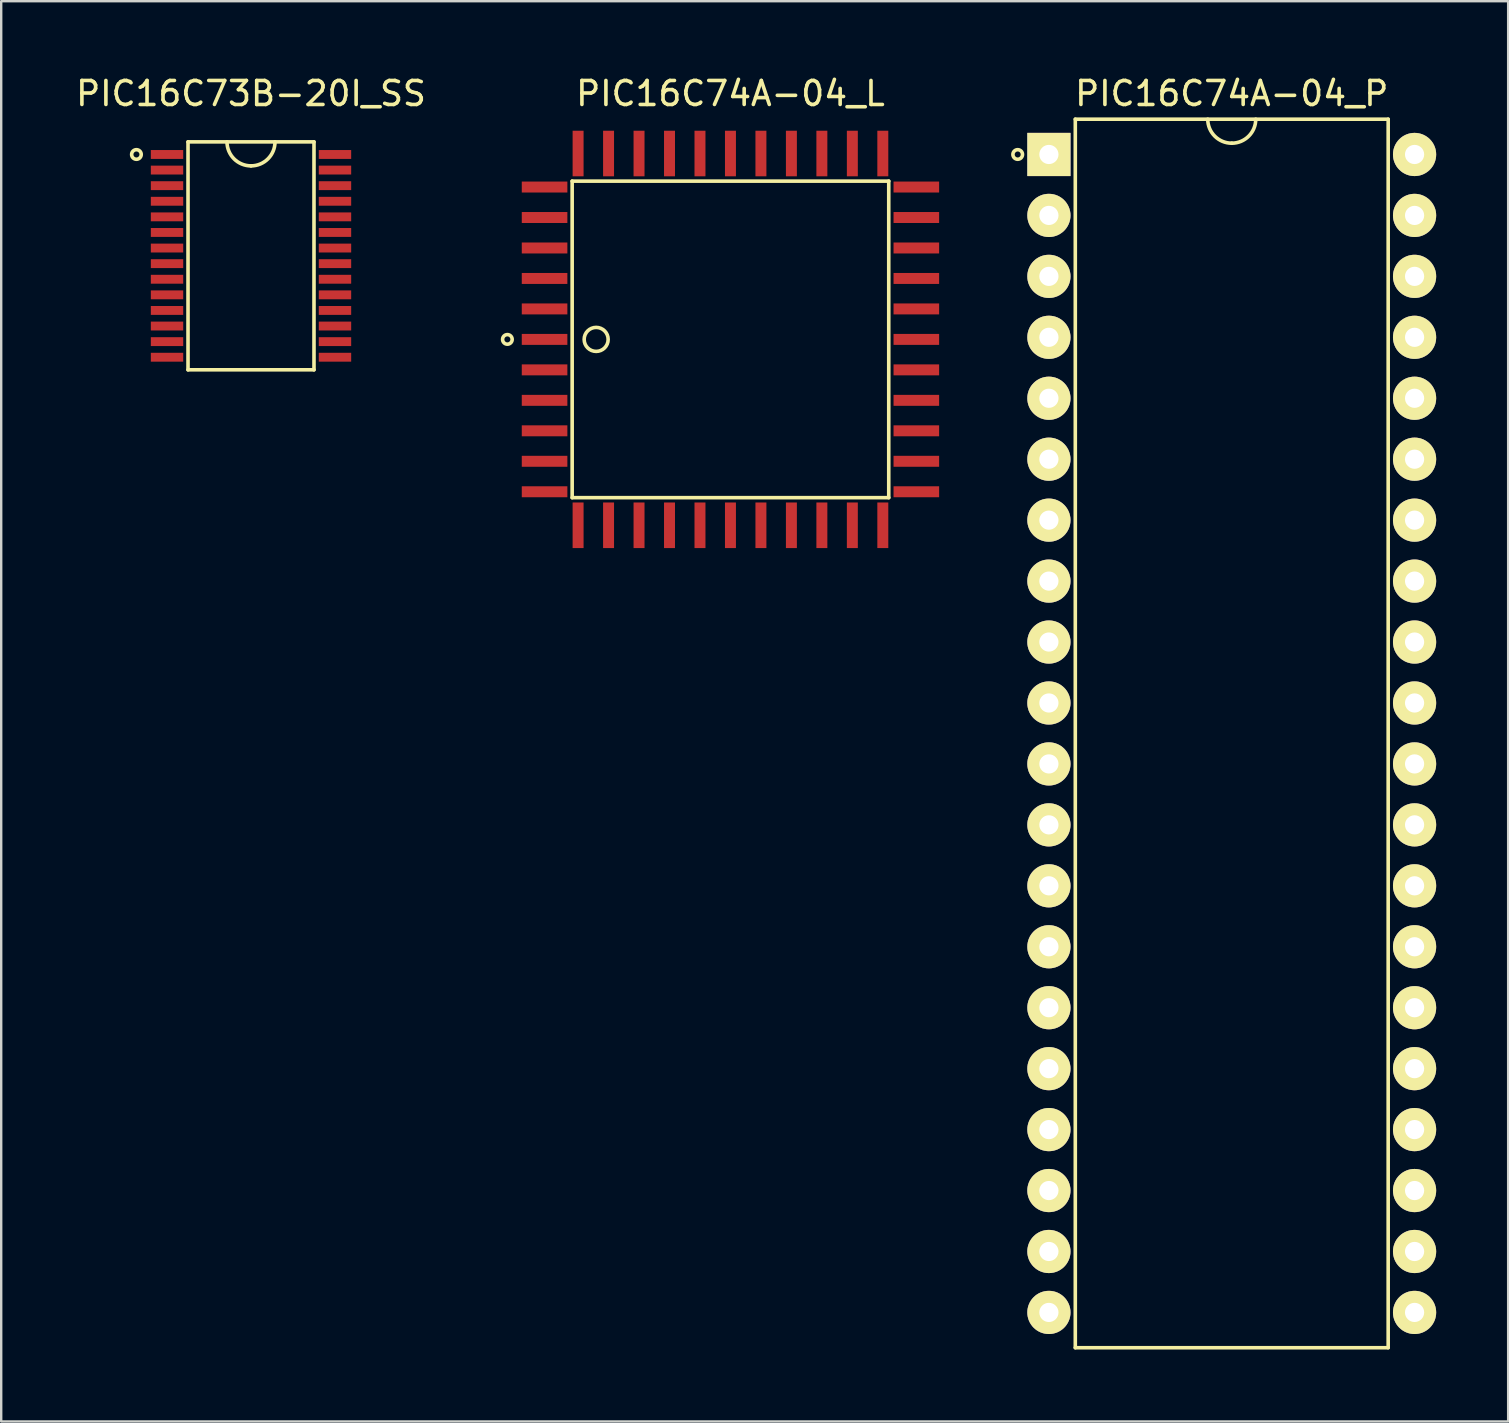
<source format=kicad_pcb>
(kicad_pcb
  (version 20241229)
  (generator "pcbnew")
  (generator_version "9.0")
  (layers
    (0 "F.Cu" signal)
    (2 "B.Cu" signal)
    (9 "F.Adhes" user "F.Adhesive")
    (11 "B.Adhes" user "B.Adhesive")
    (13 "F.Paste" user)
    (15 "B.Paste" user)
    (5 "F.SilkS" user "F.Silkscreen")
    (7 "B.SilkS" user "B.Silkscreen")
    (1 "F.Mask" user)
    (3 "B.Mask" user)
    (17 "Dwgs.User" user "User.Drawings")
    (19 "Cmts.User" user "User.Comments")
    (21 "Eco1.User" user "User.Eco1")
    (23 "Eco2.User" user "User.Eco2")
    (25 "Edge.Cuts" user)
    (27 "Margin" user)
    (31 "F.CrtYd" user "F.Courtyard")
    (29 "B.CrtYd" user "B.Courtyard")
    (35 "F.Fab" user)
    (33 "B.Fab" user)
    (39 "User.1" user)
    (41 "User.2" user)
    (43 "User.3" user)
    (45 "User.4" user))
  (footprint "PIC16C73B-20I_SS"
    (layer "F.Cu")
    (at 3.911 3.388)
    (property "Reference" "PIC16C73B-20I_SS" (at 3.5 -2.54 0) (layer "F.SilkS") (effects (font (size 1 1) (thickness 0.15))))
    (attr through_hole)
    (fp_line (start 0.875 -0.525) (end 6.125 -0.525) (stroke (width 0.15) (type solid)) (layer "F.SilkS"))
    (fp_line (start 0.875 8.975) (end 0.875 -0.525) (stroke (width 0.15) (type solid)) (layer "F.SilkS"))
    (fp_line (start 6.125 -0.525) (end 6.125 8.975) (stroke (width 0.15) (type solid)) (layer "F.SilkS"))
    (fp_line (start 6.125 8.975) (end 0.875 8.975) (stroke (width 0.15) (type solid)) (layer "F.SilkS"))
    (fp_arc (start 3.5 0.475) (mid 2.792893 0.182107) (end 2.5 -0.525) (stroke (width 0.15) (type solid)) (layer "F.SilkS"))
    (fp_arc (start 4.5 -0.525) (mid 4.207107 0.182107) (end 3.5 0.475) (stroke (width 0.15) (type solid)) (layer "F.SilkS"))
    (fp_circle (center -1.275 0) (end -1.275 0.2) (stroke (width 0.15) (type solid)) (fill no) (layer "F.SilkS"))
    (pad "1" smd rect (at 0 0) (size 1.35 0.37) (layers "F.Cu" "F.Mask" "F.Paste"))
    (pad "2" smd rect (at 0 0.65) (size 1.35 0.37) (layers "F.Cu" "F.Mask" "F.Paste"))
    (pad "3" smd rect (at 0 1.3) (size 1.35 0.37) (layers "F.Cu" "F.Mask" "F.Paste"))
    (pad "4" smd rect (at 0 1.95) (size 1.35 0.37) (layers "F.Cu" "F.Mask" "F.Paste"))
    (pad "5" smd rect (at 0 2.6) (size 1.35 0.37) (layers "F.Cu" "F.Mask" "F.Paste"))
    (pad "6" smd rect (at 0 3.25) (size 1.35 0.37) (layers "F.Cu" "F.Mask" "F.Paste"))
    (pad "7" smd rect (at 0 3.9) (size 1.35 0.37) (layers "F.Cu" "F.Mask" "F.Paste"))
    (pad "8" smd rect (at 0 4.55) (size 1.35 0.37) (layers "F.Cu" "F.Mask" "F.Paste"))
    (pad "9" smd rect (at 0 5.2) (size 1.35 0.37) (layers "F.Cu" "F.Mask" "F.Paste"))
    (pad "10" smd rect (at 0 5.85) (size 1.35 0.37) (layers "F.Cu" "F.Mask" "F.Paste"))
    (pad "11" smd rect (at 0 6.5) (size 1.35 0.37) (layers "F.Cu" "F.Mask" "F.Paste"))
    (pad "12" smd rect (at 0 7.15) (size 1.35 0.37) (layers "F.Cu" "F.Mask" "F.Paste"))
    (pad "13" smd rect (at 0 7.8) (size 1.35 0.37) (layers "F.Cu" "F.Mask" "F.Paste"))
    (pad "14" smd rect (at 0 8.45) (size 1.35 0.37) (layers "F.Cu" "F.Mask" "F.Paste"))
    (pad "15" smd rect (at 7 8.45) (size 1.35 0.37) (layers "F.Cu" "F.Mask" "F.Paste"))
    (pad "16" smd rect (at 7 7.8) (size 1.35 0.37) (layers "F.Cu" "F.Mask" "F.Paste"))
    (pad "17" smd rect (at 7 7.15) (size 1.35 0.37) (layers "F.Cu" "F.Mask" "F.Paste"))
    (pad "18" smd rect (at 7 6.5) (size 1.35 0.37) (layers "F.Cu" "F.Mask" "F.Paste"))
    (pad "19" smd rect (at 7 5.85) (size 1.35 0.37) (layers "F.Cu" "F.Mask" "F.Paste"))
    (pad "20" smd rect (at 7 5.2) (size 1.35 0.37) (layers "F.Cu" "F.Mask" "F.Paste"))
    (pad "21" smd rect (at 7 4.55) (size 1.35 0.37) (layers "F.Cu" "F.Mask" "F.Paste"))
    (pad "22" smd rect (at 7 3.9) (size 1.35 0.37) (layers "F.Cu" "F.Mask" "F.Paste"))
    (pad "23" smd rect (at 7 3.25) (size 1.35 0.37) (layers "F.Cu" "F.Mask" "F.Paste"))
    (pad "24" smd rect (at 7 2.6) (size 1.35 0.37) (layers "F.Cu" "F.Mask" "F.Paste"))
    (pad "25" smd rect (at 7 1.95) (size 1.35 0.37) (layers "F.Cu" "F.Mask" "F.Paste"))
    (pad "26" smd rect (at 7 1.3) (size 1.35 0.37) (layers "F.Cu" "F.Mask" "F.Paste"))
    (pad "27" smd rect (at 7 0.65) (size 1.35 0.37) (layers "F.Cu" "F.Mask" "F.Paste"))
    (pad "28" smd rect (at 7 0) (size 1.35 0.37) (layers "F.Cu" "F.Mask" "F.Paste")))
  (footprint "PIC16C74A-04_P"
    (layer "F.Cu")
    (at 40.665 3.388)
    (property "Reference" "PIC16C74A-04_P" (at 7.62 -2.54 0) (layer "F.SilkS") (effects (font (size 1 1) (thickness 0.15))))
    (attr through_hole)
    (fp_line (start 1.1 -1.47) (end 14.14 -1.47) (stroke (width 0.15) (type solid)) (layer "F.SilkS"))
    (fp_line (start 1.1 49.73) (end 1.1 -1.47) (stroke (width 0.15) (type solid)) (layer "F.SilkS"))
    (fp_line (start 14.14 -1.47) (end 14.14 49.73) (stroke (width 0.15) (type solid)) (layer "F.SilkS"))
    (fp_line (start 14.14 49.73) (end 1.1 49.73) (stroke (width 0.15) (type solid)) (layer "F.SilkS"))
    (fp_arc (start 7.62 -0.47) (mid 6.912893 -0.762893) (end 6.62 -1.47) (stroke (width 0.15) (type solid)) (layer "F.SilkS"))
    (fp_arc (start 8.62 -1.47) (mid 8.327107 -0.762893) (end 7.62 -0.47) (stroke (width 0.15) (type solid)) (layer "F.SilkS"))
    (fp_circle (center -1.3 0) (end -1.3 0.2) (stroke (width 0.15) (type solid)) (fill no) (layer "F.SilkS"))
    (pad "1" thru_hole rect (at 0 0) (size 1.8 1.8) (drill 0.8) (layers "*.Cu" "*.Mask" "F.SilkS"))
    (pad "2" thru_hole circle (at 0 2.54) (size 1.8 1.8) (drill 0.8) (layers "*.Cu" "*.Mask" "F.SilkS"))
    (pad "3" thru_hole circle (at 0 5.08) (size 1.8 1.8) (drill 0.8) (layers "*.Cu" "*.Mask" "F.SilkS"))
    (pad "4" thru_hole circle (at 0 7.62) (size 1.8 1.8) (drill 0.8) (layers "*.Cu" "*.Mask" "F.SilkS"))
    (pad "5" thru_hole circle (at 0 10.16) (size 1.8 1.8) (drill 0.8) (layers "*.Cu" "*.Mask" "F.SilkS"))
    (pad "6" thru_hole circle (at 0 12.7) (size 1.8 1.8) (drill 0.8) (layers "*.Cu" "*.Mask" "F.SilkS"))
    (pad "7" thru_hole circle (at 0 15.24) (size 1.8 1.8) (drill 0.8) (layers "*.Cu" "*.Mask" "F.SilkS"))
    (pad "8" thru_hole circle (at 0 17.78) (size 1.8 1.8) (drill 0.8) (layers "*.Cu" "*.Mask" "F.SilkS"))
    (pad "9" thru_hole circle (at 0 20.32) (size 1.8 1.8) (drill 0.8) (layers "*.Cu" "*.Mask" "F.SilkS"))
    (pad "10" thru_hole circle (at 0 22.86) (size 1.8 1.8) (drill 0.8) (layers "*.Cu" "*.Mask" "F.SilkS"))
    (pad "11" thru_hole circle (at 0 25.4) (size 1.8 1.8) (drill 0.8) (layers "*.Cu" "*.Mask" "F.SilkS"))
    (pad "12" thru_hole circle (at 0 27.94) (size 1.8 1.8) (drill 0.8) (layers "*.Cu" "*.Mask" "F.SilkS"))
    (pad "13" thru_hole circle (at 0 30.48) (size 1.8 1.8) (drill 0.8) (layers "*.Cu" "*.Mask" "F.SilkS"))
    (pad "14" thru_hole circle (at 0 33.02) (size 1.8 1.8) (drill 0.8) (layers "*.Cu" "*.Mask" "F.SilkS"))
    (pad "15" thru_hole circle (at 0 35.56) (size 1.8 1.8) (drill 0.8) (layers "*.Cu" "*.Mask" "F.SilkS"))
    (pad "16" thru_hole circle (at 0 38.1) (size 1.8 1.8) (drill 0.8) (layers "*.Cu" "*.Mask" "F.SilkS"))
    (pad "17" thru_hole circle (at 0 40.64) (size 1.8 1.8) (drill 0.8) (layers "*.Cu" "*.Mask" "F.SilkS"))
    (pad "18" thru_hole circle (at 0 43.18) (size 1.8 1.8) (drill 0.8) (layers "*.Cu" "*.Mask" "F.SilkS"))
    (pad "19" thru_hole circle (at 0 45.72) (size 1.8 1.8) (drill 0.8) (layers "*.Cu" "*.Mask" "F.SilkS"))
    (pad "20" thru_hole circle (at 0 48.26) (size 1.8 1.8) (drill 0.8) (layers "*.Cu" "*.Mask" "F.SilkS"))
    (pad "21" thru_hole circle (at 15.24 48.26) (size 1.8 1.8) (drill 0.8) (layers "*.Cu" "*.Mask" "F.SilkS"))
    (pad "22" thru_hole circle (at 15.24 45.72) (size 1.8 1.8) (drill 0.8) (layers "*.Cu" "*.Mask" "F.SilkS"))
    (pad "23" thru_hole circle (at 15.24 43.18) (size 1.8 1.8) (drill 0.8) (layers "*.Cu" "*.Mask" "F.SilkS"))
    (pad "24" thru_hole circle (at 15.24 40.64) (size 1.8 1.8) (drill 0.8) (layers "*.Cu" "*.Mask" "F.SilkS"))
    (pad "25" thru_hole circle (at 15.24 38.1) (size 1.8 1.8) (drill 0.8) (layers "*.Cu" "*.Mask" "F.SilkS"))
    (pad "26" thru_hole circle (at 15.24 35.56) (size 1.8 1.8) (drill 0.8) (layers "*.Cu" "*.Mask" "F.SilkS"))
    (pad "27" thru_hole circle (at 15.24 33.02) (size 1.8 1.8) (drill 0.8) (layers "*.Cu" "*.Mask" "F.SilkS"))
    (pad "28" thru_hole circle (at 15.24 30.48) (size 1.8 1.8) (drill 0.8) (layers "*.Cu" "*.Mask" "F.SilkS"))
    (pad "29" thru_hole circle (at 15.24 27.94) (size 1.8 1.8) (drill 0.8) (layers "*.Cu" "*.Mask" "F.SilkS"))
    (pad "30" thru_hole circle (at 15.24 25.4) (size 1.8 1.8) (drill 0.8) (layers "*.Cu" "*.Mask" "F.SilkS"))
    (pad "31" thru_hole circle (at 15.24 22.86) (size 1.8 1.8) (drill 0.8) (layers "*.Cu" "*.Mask" "F.SilkS"))
    (pad "32" thru_hole circle (at 15.24 20.32) (size 1.8 1.8) (drill 0.8) (layers "*.Cu" "*.Mask" "F.SilkS"))
    (pad "33" thru_hole circle (at 15.24 17.78) (size 1.8 1.8) (drill 0.8) (layers "*.Cu" "*.Mask" "F.SilkS"))
    (pad "34" thru_hole circle (at 15.24 15.24) (size 1.8 1.8) (drill 0.8) (layers "*.Cu" "*.Mask" "F.SilkS"))
    (pad "35" thru_hole circle (at 15.24 12.7) (size 1.8 1.8) (drill 0.8) (layers "*.Cu" "*.Mask" "F.SilkS"))
    (pad "36" thru_hole circle (at 15.24 10.16) (size 1.8 1.8) (drill 0.8) (layers "*.Cu" "*.Mask" "F.SilkS"))
    (pad "37" thru_hole circle (at 15.24 7.62) (size 1.8 1.8) (drill 0.8) (layers "*.Cu" "*.Mask" "F.SilkS"))
    (pad "38" thru_hole circle (at 15.24 5.08) (size 1.8 1.8) (drill 0.8) (layers "*.Cu" "*.Mask" "F.SilkS"))
    (pad "39" thru_hole circle (at 15.24 2.54) (size 1.8 1.8) (drill 0.8) (layers "*.Cu" "*.Mask" "F.SilkS"))
    (pad "40" thru_hole circle (at 15.24 0) (size 1.8 1.8) (drill 0.8) (layers "*.Cu" "*.Mask" "F.SilkS")))
  (footprint "PIC16C74A-04_L"
    (layer "F.Cu")
    (at 19.646 3.348)
    (property "Reference" "PIC16C74A-04_L" (at 7.747 -2.5 0) (layer "F.SilkS") (effects (font (size 1 1) (thickness 0.15))))
    (attr through_hole)
    (fp_line (start 1.15 1.15) (end 1.15 14.344) (stroke (width 0.15) (type solid)) (layer "F.SilkS"))
    (fp_line (start 1.15 1.15) (end 14.344 1.15) (stroke (width 0.15) (type solid)) (layer "F.SilkS"))
    (fp_line (start 1.15 14.344) (end 14.344 14.344) (stroke (width 0.15) (type solid)) (layer "F.SilkS"))
    (fp_line (start 14.344 14.344) (end 14.344 1.15) (stroke (width 0.15) (type solid)) (layer "F.SilkS"))
    (fp_circle (center -1.55 7.747) (end -1.55 7.547) (stroke (width 0.15) (type solid)) (fill no) (layer "F.SilkS"))
    (fp_circle (center 2.15 7.747) (end 2.15 7.247) (stroke (width 0.15) (type solid)) (fill no) (layer "F.SilkS"))
    (pad "1" smd rect (at 0 7.747) (size 1.9 0.457) (layers "F.Cu" "F.Mask" "F.Paste"))
    (pad "2" smd rect (at 0 9.017) (size 1.9 0.457) (layers "F.Cu" "F.Mask" "F.Paste"))
    (pad "3" smd rect (at 0 10.287) (size 1.9 0.457) (layers "F.Cu" "F.Mask" "F.Paste"))
    (pad "4" smd rect (at 0 11.557) (size 1.9 0.457) (layers "F.Cu" "F.Mask" "F.Paste"))
    (pad "5" smd rect (at 0 12.827) (size 1.9 0.457) (layers "F.Cu" "F.Mask" "F.Paste"))
    (pad "6" smd rect (at 0 14.097) (size 1.9 0.457) (layers "F.Cu" "F.Mask" "F.Paste"))
    (pad "7" smd rect (at 1.397 15.494) (size 0.457 1.9) (layers "F.Cu" "F.Mask" "F.Paste"))
    (pad "8" smd rect (at 2.667 15.494) (size 0.457 1.9) (layers "F.Cu" "F.Mask" "F.Paste"))
    (pad "9" smd rect (at 3.937 15.494) (size 0.457 1.9) (layers "F.Cu" "F.Mask" "F.Paste"))
    (pad "10" smd rect (at 5.207 15.494) (size 0.457 1.9) (layers "F.Cu" "F.Mask" "F.Paste"))
    (pad "11" smd rect (at 6.477 15.494) (size 0.457 1.9) (layers "F.Cu" "F.Mask" "F.Paste"))
    (pad "12" smd rect (at 7.747 15.494) (size 0.457 1.9) (layers "F.Cu" "F.Mask" "F.Paste"))
    (pad "13" smd rect (at 9.017 15.494) (size 0.457 1.9) (layers "F.Cu" "F.Mask" "F.Paste"))
    (pad "14" smd rect (at 10.287 15.494) (size 0.457 1.9) (layers "F.Cu" "F.Mask" "F.Paste"))
    (pad "15" smd rect (at 11.557 15.494) (size 0.457 1.9) (layers "F.Cu" "F.Mask" "F.Paste"))
    (pad "16" smd rect (at 12.827 15.494) (size 0.457 1.9) (layers "F.Cu" "F.Mask" "F.Paste"))
    (pad "17" smd rect (at 14.097 15.494) (size 0.457 1.9) (layers "F.Cu" "F.Mask" "F.Paste"))
    (pad "18" smd rect (at 15.494 14.097) (size 1.9 0.457) (layers "F.Cu" "F.Mask" "F.Paste"))
    (pad "19" smd rect (at 15.494 12.827) (size 1.9 0.457) (layers "F.Cu" "F.Mask" "F.Paste"))
    (pad "20" smd rect (at 15.494 11.557) (size 1.9 0.457) (layers "F.Cu" "F.Mask" "F.Paste"))
    (pad "21" smd rect (at 15.494 10.287) (size 1.9 0.457) (layers "F.Cu" "F.Mask" "F.Paste"))
    (pad "22" smd rect (at 15.494 9.017) (size 1.9 0.457) (layers "F.Cu" "F.Mask" "F.Paste"))
    (pad "23" smd rect (at 15.494 7.747) (size 1.9 0.457) (layers "F.Cu" "F.Mask" "F.Paste"))
    (pad "24" smd rect (at 15.494 6.477) (size 1.9 0.457) (layers "F.Cu" "F.Mask" "F.Paste"))
    (pad "25" smd rect (at 15.494 5.207) (size 1.9 0.457) (layers "F.Cu" "F.Mask" "F.Paste"))
    (pad "26" smd rect (at 15.494 3.937) (size 1.9 0.457) (layers "F.Cu" "F.Mask" "F.Paste"))
    (pad "27" smd rect (at 15.494 2.667) (size 1.9 0.457) (layers "F.Cu" "F.Mask" "F.Paste"))
    (pad "28" smd rect (at 15.494 1.397) (size 1.9 0.457) (layers "F.Cu" "F.Mask" "F.Paste"))
    (pad "29" smd rect (at 14.097 0) (size 0.457 1.9) (layers "F.Cu" "F.Mask" "F.Paste"))
    (pad "30" smd rect (at 12.827 0) (size 0.457 1.9) (layers "F.Cu" "F.Mask" "F.Paste"))
    (pad "31" smd rect (at 11.557 0) (size 0.457 1.9) (layers "F.Cu" "F.Mask" "F.Paste"))
    (pad "32" smd rect (at 10.287 0) (size 0.457 1.9) (layers "F.Cu" "F.Mask" "F.Paste"))
    (pad "33" smd rect (at 9.017 0) (size 0.457 1.9) (layers "F.Cu" "F.Mask" "F.Paste"))
    (pad "34" smd rect (at 7.747 0) (size 0.457 1.9) (layers "F.Cu" "F.Mask" "F.Paste"))
    (pad "35" smd rect (at 6.477 0) (size 0.457 1.9) (layers "F.Cu" "F.Mask" "F.Paste"))
    (pad "36" smd rect (at 5.207 0) (size 0.457 1.9) (layers "F.Cu" "F.Mask" "F.Paste"))
    (pad "37" smd rect (at 3.937 0) (size 0.457 1.9) (layers "F.Cu" "F.Mask" "F.Paste"))
    (pad "38" smd rect (at 2.667 0) (size 0.457 1.9) (layers "F.Cu" "F.Mask" "F.Paste"))
    (pad "39" smd rect (at 1.397 0) (size 0.457 1.9) (layers "F.Cu" "F.Mask" "F.Paste"))
    (pad "40" smd rect (at 0 1.397) (size 1.9 0.457) (layers "F.Cu" "F.Mask" "F.Paste"))
    (pad "41" smd rect (at 0 2.667) (size 1.9 0.457) (layers "F.Cu" "F.Mask" "F.Paste"))
    (pad "42" smd rect (at 0 3.937) (size 1.9 0.457) (layers "F.Cu" "F.Mask" "F.Paste"))
    (pad "43" smd rect (at 0 5.207) (size 1.9 0.457) (layers "F.Cu" "F.Mask" "F.Paste"))
    (pad "44" smd rect (at 0 6.477) (size 1.9 0.457) (layers "F.Cu" "F.Mask" "F.Paste")))
  (gr_rect
    (start -3 -3)
    (end 59.805 56.193)
    (stroke (width 0.1) (type default))
    (fill no)
    (layer "Edge.Cuts")))
</source>
